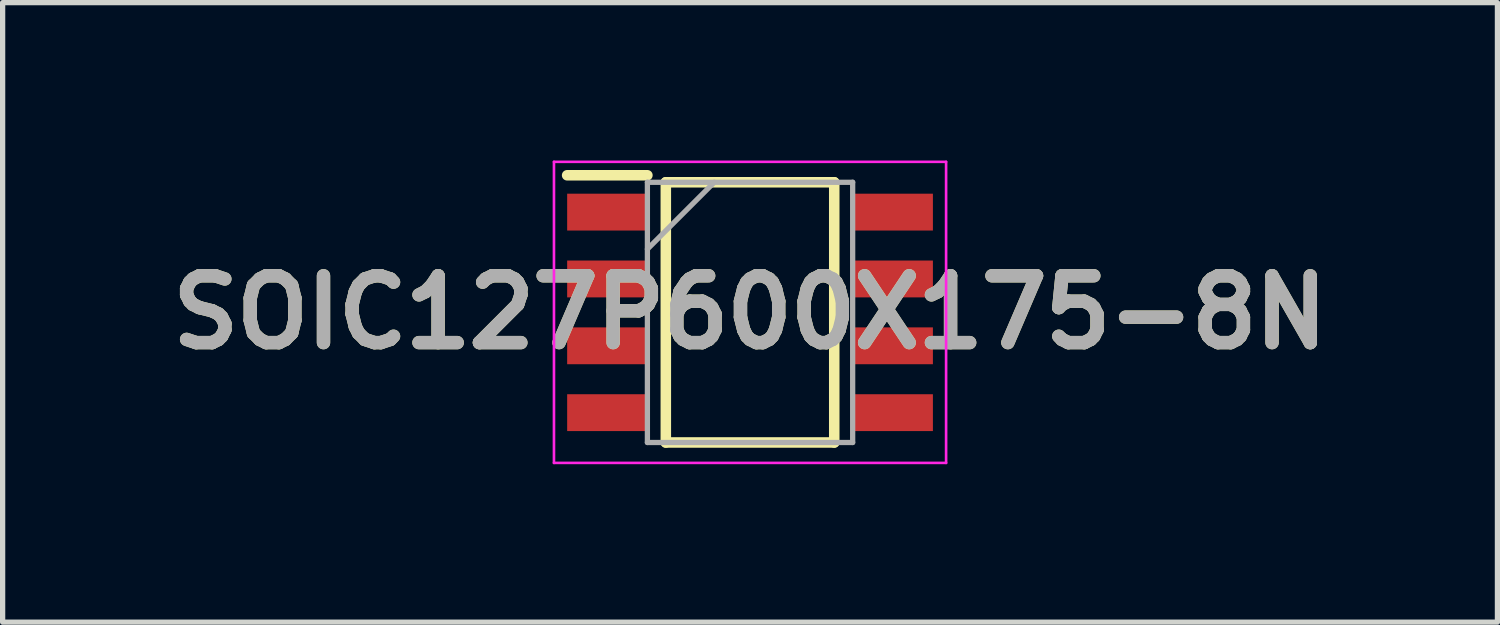
<source format=kicad_pcb>
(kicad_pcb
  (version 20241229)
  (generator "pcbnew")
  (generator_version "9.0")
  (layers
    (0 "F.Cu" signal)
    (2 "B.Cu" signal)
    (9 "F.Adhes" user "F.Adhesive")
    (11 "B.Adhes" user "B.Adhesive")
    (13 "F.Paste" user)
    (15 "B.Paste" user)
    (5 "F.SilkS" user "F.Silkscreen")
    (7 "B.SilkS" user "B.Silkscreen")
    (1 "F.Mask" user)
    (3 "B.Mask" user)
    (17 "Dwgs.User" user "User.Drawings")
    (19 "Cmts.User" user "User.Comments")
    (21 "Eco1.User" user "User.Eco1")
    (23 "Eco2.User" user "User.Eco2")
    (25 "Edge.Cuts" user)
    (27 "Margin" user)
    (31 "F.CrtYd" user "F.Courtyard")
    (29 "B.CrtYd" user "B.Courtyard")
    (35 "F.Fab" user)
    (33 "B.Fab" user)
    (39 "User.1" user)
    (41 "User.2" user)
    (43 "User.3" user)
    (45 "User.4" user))
  (footprint "SOIC127P600X175-8N"
    (layer "F.Cu")
    (at 11.2 2.885)
    (property "Reference" "SOIC127P600X175-8N" (at 0 0 0) (layer "F.SilkS") (effects (font (size 1.27 1.27) (thickness 0.254))))
    (attr smd)
    (fp_line (start -3.475 -2.605) (end -1.95 -2.605) (stroke (width 0.2) (type solid)) (layer "F.SilkS"))
    (fp_line (start -1.6 -2.472) (end 1.6 -2.472) (stroke (width 0.2) (type solid)) (layer "F.SilkS"))
    (fp_line (start -1.6 2.472) (end -1.6 -2.472) (stroke (width 0.2) (type solid)) (layer "F.SilkS"))
    (fp_line (start 1.6 -2.472) (end 1.6 2.472) (stroke (width 0.2) (type solid)) (layer "F.SilkS"))
    (fp_line (start 1.6 2.472) (end -1.6 2.472) (stroke (width 0.2) (type solid)) (layer "F.SilkS"))
    (fp_line (start -3.725 -2.86) (end 3.725 -2.86) (stroke (width 0.05) (type solid)) (layer "F.CrtYd"))
    (fp_line (start -3.725 2.86) (end -3.725 -2.86) (stroke (width 0.05) (type solid)) (layer "F.CrtYd"))
    (fp_line (start 3.725 -2.86) (end 3.725 2.86) (stroke (width 0.05) (type solid)) (layer "F.CrtYd"))
    (fp_line (start 3.725 2.86) (end -3.725 2.86) (stroke (width 0.05) (type solid)) (layer "F.CrtYd"))
    (fp_line (start -1.95 -2.472) (end 1.95 -2.472) (stroke (width 0.1) (type solid)) (layer "F.Fab"))
    (fp_line (start -1.95 -1.202) (end -0.68 -2.472) (stroke (width 0.1) (type solid)) (layer "F.Fab"))
    (fp_line (start -1.95 2.472) (end -1.95 -2.472) (stroke (width 0.1) (type solid)) (layer "F.Fab"))
    (fp_line (start 1.95 -2.472) (end 1.95 2.472) (stroke (width 0.1) (type solid)) (layer "F.Fab"))
    (fp_line (start 1.95 2.472) (end -1.95 2.472) (stroke (width 0.1) (type solid)) (layer "F.Fab"))
    (fp_text user "${REFERENCE}" (at 0 0 0) (layer "F.Fab") (effects (font (size 1.27 1.27) (thickness 0.254))))
    (pad "1" smd rect (at -2.712 -1.905 90) (size 0.7 1.525) (layers "F.Cu" "F.Mask" "F.Paste"))
    (pad "2" smd rect (at -2.712 -0.635 90) (size 0.7 1.525) (layers "F.Cu" "F.Mask" "F.Paste"))
    (pad "3" smd rect (at -2.712 0.635 90) (size 0.7 1.525) (layers "F.Cu" "F.Mask" "F.Paste"))
    (pad "4" smd rect (at -2.712 1.905 90) (size 0.7 1.525) (layers "F.Cu" "F.Mask" "F.Paste"))
    (pad "5" smd rect (at 2.712 1.905 90) (size 0.7 1.525) (layers "F.Cu" "F.Mask" "F.Paste"))
    (pad "6" smd rect (at 2.712 0.635 90) (size 0.7 1.525) (layers "F.Cu" "F.Mask" "F.Paste"))
    (pad "7" smd rect (at 2.712 -0.635 90) (size 0.7 1.525) (layers "F.Cu" "F.Mask" "F.Paste"))
    (pad "8" smd rect (at 2.712 -1.905 90) (size 0.7 1.525) (layers "F.Cu" "F.Mask" "F.Paste")))
  (gr_rect
    (start -3 -3)
    (end 25.4 8.77)
    (stroke (width 0.1) (type default))
    (fill no)
    (layer "Edge.Cuts")))
</source>
